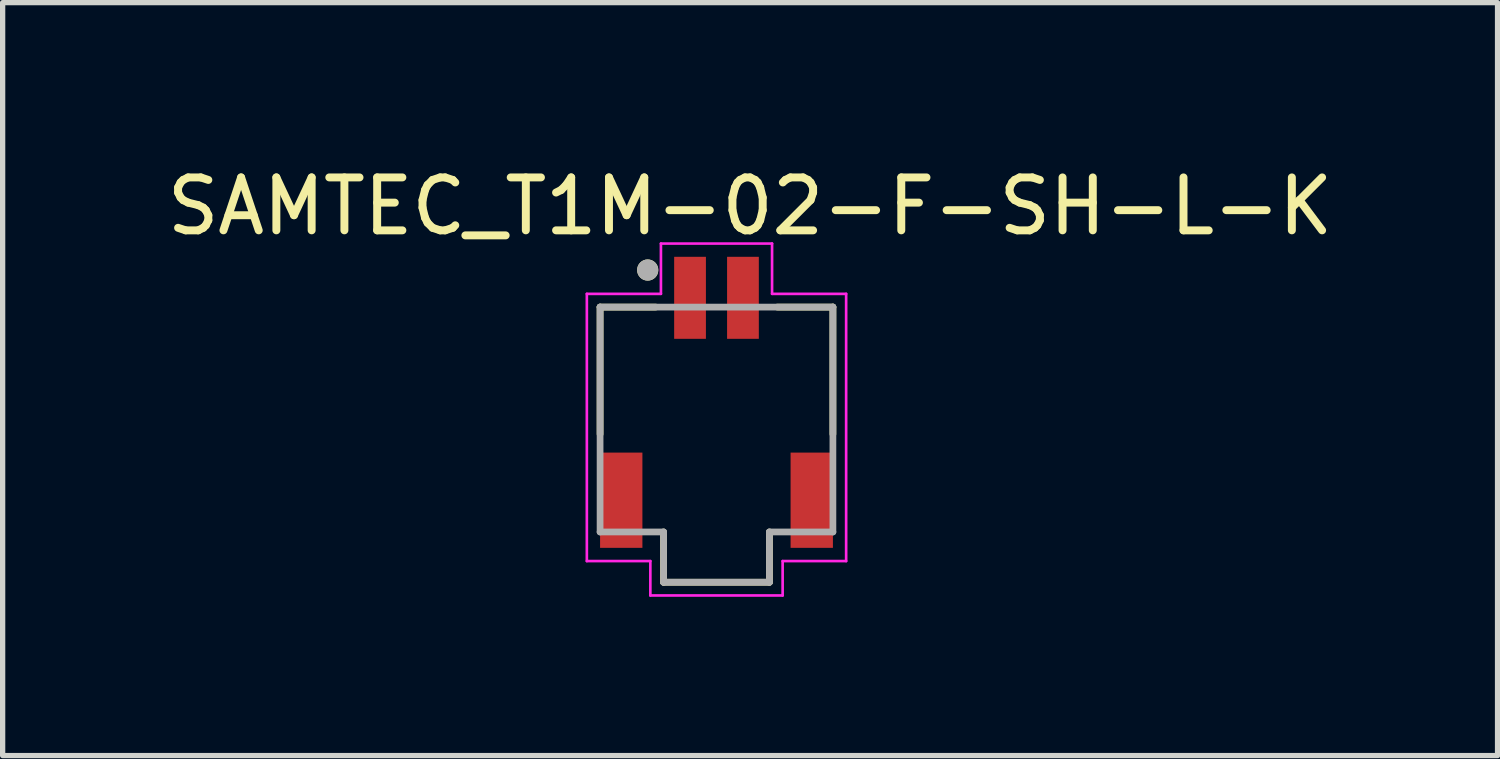
<source format=kicad_pcb>
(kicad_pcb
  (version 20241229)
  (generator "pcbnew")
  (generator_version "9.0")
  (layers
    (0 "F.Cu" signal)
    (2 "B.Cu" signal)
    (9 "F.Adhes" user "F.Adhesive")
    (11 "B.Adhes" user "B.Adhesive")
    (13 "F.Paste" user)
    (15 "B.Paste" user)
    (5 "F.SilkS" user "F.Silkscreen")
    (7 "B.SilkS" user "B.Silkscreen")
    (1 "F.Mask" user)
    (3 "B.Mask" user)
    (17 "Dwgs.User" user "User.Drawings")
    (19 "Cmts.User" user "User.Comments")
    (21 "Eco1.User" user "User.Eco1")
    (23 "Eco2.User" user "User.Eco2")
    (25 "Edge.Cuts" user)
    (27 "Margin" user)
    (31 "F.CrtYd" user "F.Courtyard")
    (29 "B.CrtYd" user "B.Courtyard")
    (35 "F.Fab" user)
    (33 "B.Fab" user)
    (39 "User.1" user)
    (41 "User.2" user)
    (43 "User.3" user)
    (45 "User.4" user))
  (footprint "SAMTEC_T1M-02-F-SH-L-K"
    (layer "F.Cu")
    (at 10.49 2.753)
    (property "Reference" "SAMTEC_T1M-02-F-SH-L-K" (at 0.635 -1.905 0) (layer "F.SilkS") (effects (font (size 1 1) (thickness 0.15))))
    (attr smd)
    (fp_line (start -2.2 0) (end -2.2 2.4) (stroke (width 0.127) (type solid)) (layer "F.SilkS"))
    (fp_line (start -1.15 0) (end -2.2 0) (stroke (width 0.127) (type solid)) (layer "F.SilkS"))
    (fp_line (start -1 4.25) (end -1 5.2) (stroke (width 0.127) (type solid)) (layer "F.SilkS"))
    (fp_line (start -1 5.2) (end 1 5.2) (stroke (width 0.127) (type solid)) (layer "F.SilkS"))
    (fp_line (start 1 5.2) (end 1 4.25) (stroke (width 0.127) (type solid)) (layer "F.SilkS"))
    (fp_line (start 1.15 0) (end 2.2 0) (stroke (width 0.127) (type solid)) (layer "F.SilkS"))
    (fp_line (start 2.2 0) (end 2.2 2.4) (stroke (width 0.127) (type solid)) (layer "F.SilkS"))
    (fp_circle (center -1.3 -0.7) (end -1.2 -0.7) (stroke (width 0.2) (type solid)) (fill no) (layer "F.SilkS"))
    (fp_line (start -2.45 -0.25) (end -1.05 -0.25) (stroke (width 0.05) (type solid)) (layer "F.CrtYd"))
    (fp_line (start -2.45 4.8) (end -2.45 -0.25) (stroke (width 0.05) (type solid)) (layer "F.CrtYd"))
    (fp_line (start -1.25 4.8) (end -2.45 4.8) (stroke (width 0.05) (type solid)) (layer "F.CrtYd"))
    (fp_line (start -1.25 5.45) (end -1.25 4.8) (stroke (width 0.05) (type solid)) (layer "F.CrtYd"))
    (fp_line (start -1.05 -1.2) (end 1.05 -1.2) (stroke (width 0.05) (type solid)) (layer "F.CrtYd"))
    (fp_line (start -1.05 -0.25) (end -1.05 -1.2) (stroke (width 0.05) (type solid)) (layer "F.CrtYd"))
    (fp_line (start 1.05 -1.2) (end 1.05 -0.25) (stroke (width 0.05) (type solid)) (layer "F.CrtYd"))
    (fp_line (start 1.05 -0.25) (end 2.45 -0.25) (stroke (width 0.05) (type solid)) (layer "F.CrtYd"))
    (fp_line (start 1.25 4.8) (end 1.25 5.45) (stroke (width 0.05) (type solid)) (layer "F.CrtYd"))
    (fp_line (start 1.25 5.45) (end -1.25 5.45) (stroke (width 0.05) (type solid)) (layer "F.CrtYd"))
    (fp_line (start 2.45 -0.25) (end 2.45 4.8) (stroke (width 0.05) (type solid)) (layer "F.CrtYd"))
    (fp_line (start 2.45 4.8) (end 1.25 4.8) (stroke (width 0.05) (type solid)) (layer "F.CrtYd"))
    (fp_line (start -2.2 0) (end 2.2 0) (stroke (width 0.127) (type solid)) (layer "F.Fab"))
    (fp_line (start -2.2 4.25) (end -2.2 0) (stroke (width 0.127) (type solid)) (layer "F.Fab"))
    (fp_line (start -1 4.25) (end -2.2 4.25) (stroke (width 0.127) (type solid)) (layer "F.Fab"))
    (fp_line (start -1 4.25) (end -1 5.2) (stroke (width 0.127) (type solid)) (layer "F.Fab"))
    (fp_line (start -1 5.2) (end 1 5.2) (stroke (width 0.127) (type solid)) (layer "F.Fab"))
    (fp_line (start 1 5.2) (end 1 4.25) (stroke (width 0.127) (type solid)) (layer "F.Fab"))
    (fp_line (start 2.2 0) (end 2.2 4.25) (stroke (width 0.127) (type solid)) (layer "F.Fab"))
    (fp_line (start 2.2 4.25) (end 1 4.25) (stroke (width 0.127) (type solid)) (layer "F.Fab"))
    (fp_circle (center -1.3 -0.7) (end -1.2 -0.7) (stroke (width 0.2) (type solid)) (fill no) (layer "F.Fab"))
    (pad "1" smd rect (at -0.5 -0.175 90) (size 1.55 0.6) (layers "F.Cu" "F.Mask" "F.Paste"))
    (pad "2" smd rect (at 0.5 -0.175 90) (size 1.55 0.6) (layers "F.Cu" "F.Mask" "F.Paste"))
    (pad "S1" smd rect (at -1.8 3.65 90) (size 1.8 0.8) (layers "F.Cu" "F.Mask" "F.Paste"))
    (pad "S2" smd rect (at 1.8 3.65 90) (size 1.8 0.8) (layers "F.Cu" "F.Mask" "F.Paste")))
  (gr_rect
    (start -3 -3)
    (end 25.25 11.228)
    (stroke (width 0.1) (type default))
    (fill no)
    (layer "Edge.Cuts")))
</source>
